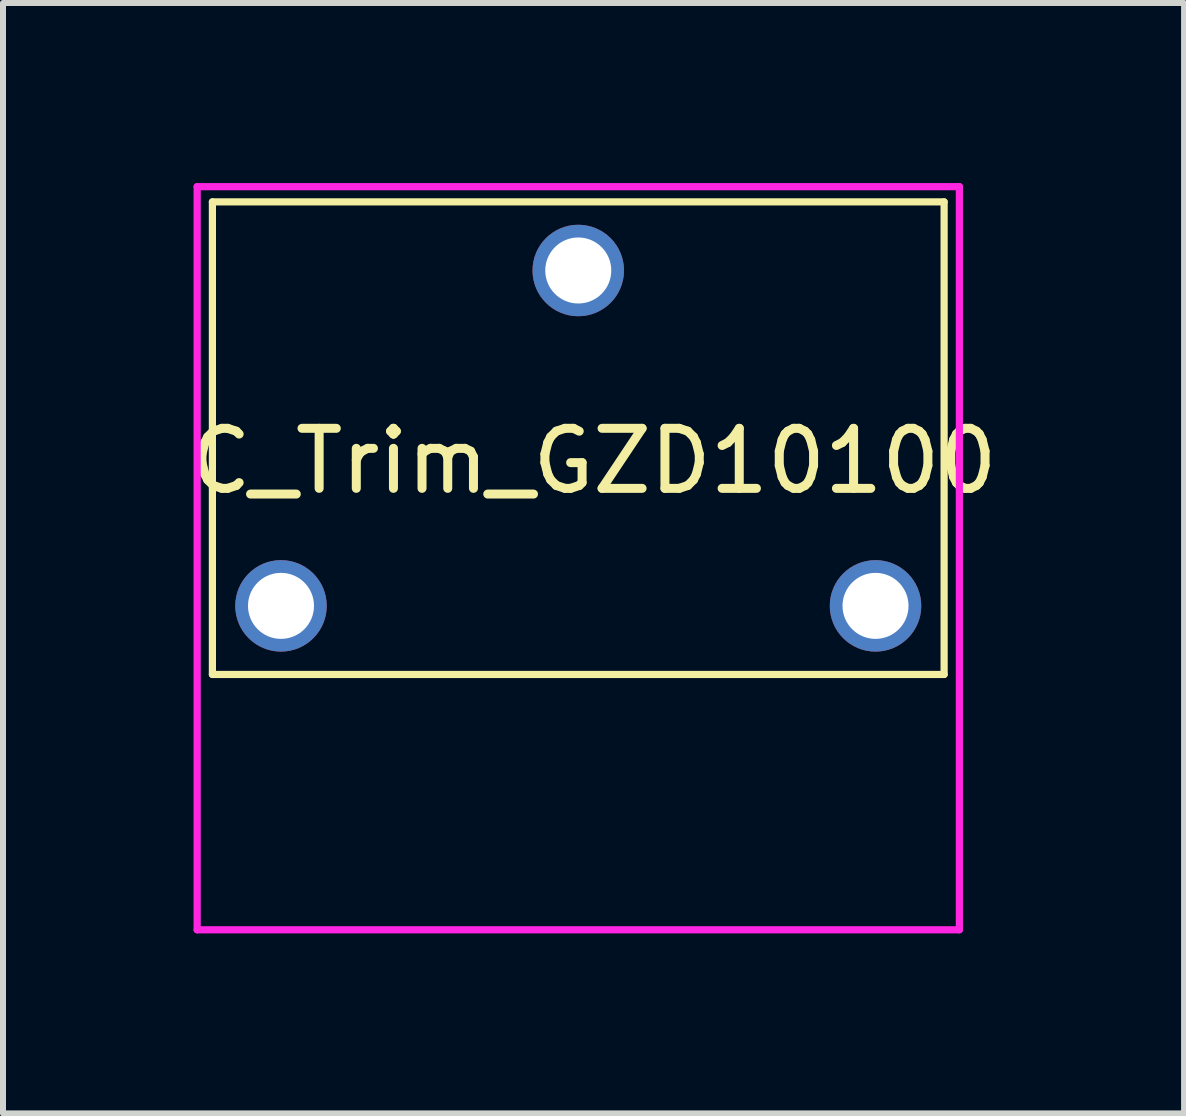
<source format=kicad_pcb>
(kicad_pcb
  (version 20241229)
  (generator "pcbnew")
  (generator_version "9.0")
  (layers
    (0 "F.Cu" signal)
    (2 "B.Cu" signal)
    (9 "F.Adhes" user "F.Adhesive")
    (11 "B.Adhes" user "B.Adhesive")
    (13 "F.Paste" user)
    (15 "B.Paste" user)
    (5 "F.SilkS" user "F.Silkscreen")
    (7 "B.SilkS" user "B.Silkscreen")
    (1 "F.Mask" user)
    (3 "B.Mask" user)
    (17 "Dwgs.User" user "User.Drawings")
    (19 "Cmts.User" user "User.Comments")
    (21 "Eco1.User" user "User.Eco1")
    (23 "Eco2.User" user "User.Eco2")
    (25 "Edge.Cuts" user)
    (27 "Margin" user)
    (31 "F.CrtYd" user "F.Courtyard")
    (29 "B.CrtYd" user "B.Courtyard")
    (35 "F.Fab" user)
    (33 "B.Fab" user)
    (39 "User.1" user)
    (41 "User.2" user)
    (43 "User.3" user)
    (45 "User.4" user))
  (footprint "C_Trim_GZD10100"
    (layer "F.Cu")
    (at 6.585 4.632)
    (property "Reference" "C_Trim_GZD10100" (at 0.254 0 0) (layer "F.SilkS") (effects (font (size 1 1) (thickness 0.15))))
    (attr through_hole)
    (fp_line (start -6.096 -4.318) (end -6.096 3.556) (stroke (width 0.12) (type solid)) (layer "F.SilkS"))
    (fp_line (start -6.096 3.556) (end 6.096 3.556) (stroke (width 0.12) (type solid)) (layer "F.SilkS"))
    (fp_line (start 6.096 -4.318) (end -6.096 -4.318) (stroke (width 0.12) (type solid)) (layer "F.SilkS"))
    (fp_line (start 6.096 3.556) (end 6.096 -4.318) (stroke (width 0.12) (type solid)) (layer "F.SilkS"))
    (fp_line (start -6.35 -4.572) (end 6.35 -4.572) (stroke (width 0.12) (type solid)) (layer "F.CrtYd"))
    (fp_line (start -6.35 7.81) (end -6.35 -4.572) (stroke (width 0.12) (type solid)) (layer "F.CrtYd"))
    (fp_line (start 6.35 -4.572) (end 6.35 7.81) (stroke (width 0.12) (type solid)) (layer "F.CrtYd"))
    (fp_line (start 6.35 7.81) (end -6.35 7.81) (stroke (width 0.12) (type solid)) (layer "F.CrtYd"))
    (pad "1" thru_hole circle (at -4.953 2.413) (size 1.524 1.524) (drill 1.1) (layers "*.Cu" "*.Mask"))
    (pad "2" thru_hole circle (at 4.953 2.413) (size 1.524 1.524) (drill 1.1) (layers "*.Cu" "*.Mask"))
    (pad "3" thru_hole circle (at 0 -3.175) (size 1.524 1.524) (drill 1.1) (layers "*.Cu" "*.Mask")))
  (gr_rect
    (start -3 -3)
    (end 16.679 15.502)
    (stroke (width 0.1) (type default))
    (fill no)
    (layer "Edge.Cuts")))
</source>
